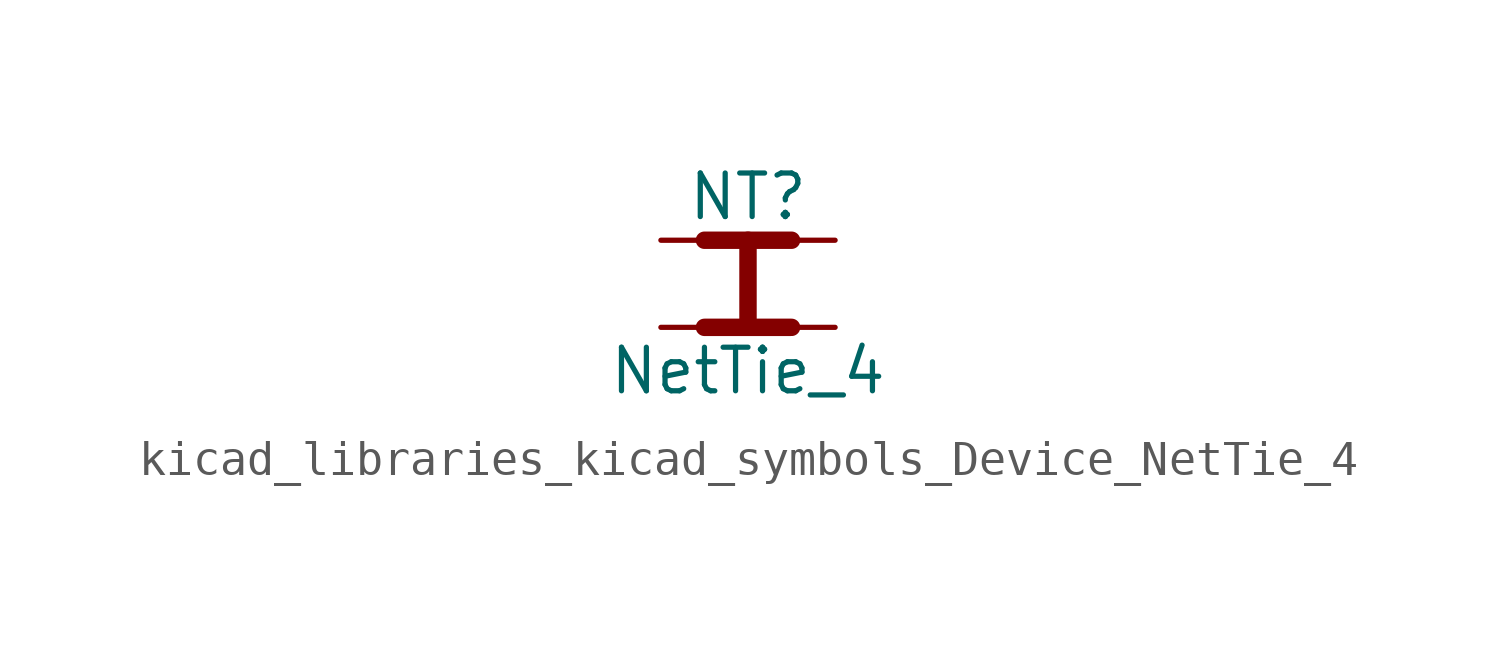
<source format=kicad_sym>
(kicad_symbol_lib
  (version 20220914)
  (generator kicad_symbol_editor)
  (symbol "kicad_libraries_kicad_symbols_Device_NetTie_4"
    (pin_numbers hide)
    (pin_names
      (offset 0) hide)
    (property "Reference" "NT"
      (at 0 1.27 0)
      (effects (font (size 1.27 1.27))))
    (property "Value" "NetTie_4"
      (at 0 -3.81 0)
      (effects (font (size 1.27 1.27))))
    (symbol "kicad_libraries_kicad_symbols_Device_NetTie_4_0_1"
      (polyline (pts (xy -1.27 -2.54) (xy 1.27 -2.54)) (stroke (width 0.508) (type default)) (fill (type none)))
      (polyline (pts (xy -1.27 0) (xy 1.27 0)) (stroke (width 0.508) (type default)) (fill (type none)))
      (polyline (pts (xy 0 -2.54) (xy 0 0)) (stroke (width 0.508) (type default)) (fill (type none))))
    (symbol "kicad_libraries_kicad_symbols_Device_NetTie_4_1_1"
      (pin passive line (at -2.54 0 0) (length 2.54) (name "1" (effects (font (size 1.27 1.27)))) (number "1" (effects (font (size 1.27 1.27)))))
      (pin passive line (at 2.54 0 180) (length 2.54) (name "2" (effects (font (size 1.27 1.27)))) (number "2" (effects (font (size 1.27 1.27)))))
      (pin passive line (at -2.54 -2.54 0) (length 2.54) (name "3" (effects (font (size 1.27 1.27)))) (number "3" (effects (font (size 1.27 1.27)))))
      (pin passive line (at 2.54 -2.54 180) (length 2.54) (name "4" (effects (font (size 1.27 1.27)))) (number "4" (effects (font (size 1.27 1.27))))))))
</source>
